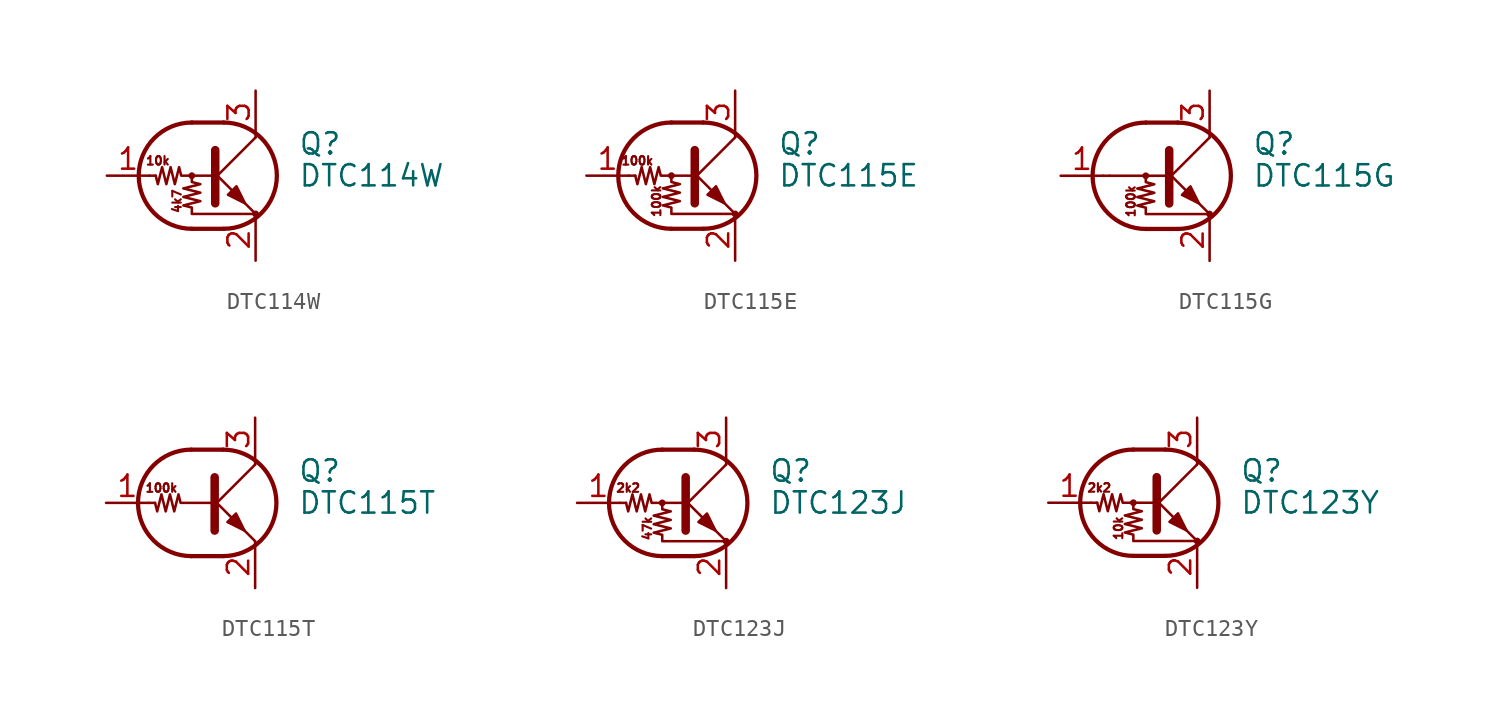
<source format=kicad_sym>
(kicad_symbol_lib
  (version 20220914)
  (generator kicad_symbol_editor)
  (symbol "DTC114W"
    (pin_names
      (offset 0) hide)
    (property "Reference" "Q"
      (at 5.08 1.905 0)
      (effects (font (size 1.27 1.27)) (justify left)))
    (property "Value" "DTC114W"
      (at 5.08 0 0)
      (effects (font (size 1.27 1.27)) (justify left)))
    (symbol "DTC114W_0_0"
      (text "10k" (at -3.302 0.889 0) (effects (font (size 0.508 0.508))))
      (text "4k7" (at -2.159 -1.524 900) (effects (font (size 0.508 0.508)))))
    (symbol "DTC114W_0_1"
      (circle (center -1.27 0) (radius 0.127) (stroke (width 0) (type solid)) (fill (type none)))
      (arc (start -1.27 3.175) (mid -4.4312 0) (end -1.27 -3.175) (stroke (width 0.254) (type solid)) (fill (type none)))
      (polyline (pts (xy -3.429 0) (xy -3.81 0)) (stroke (width 0) (type solid)) (fill (type none)))
      (polyline (pts (xy -1.27 -3.175) (xy 0.635 -3.175)) (stroke (width 0.254) (type solid)) (fill (type none)))
      (polyline (pts (xy -1.27 3.175) (xy 0.635 3.175)) (stroke (width 0.254) (type solid)) (fill (type none)))
      (polyline (pts (xy 0 -0.254) (xy 2.54 2.286)) (stroke (width 0) (type solid)) (fill (type none)))
      (polyline (pts (xy 0.127 1.524) (xy 0.127 -1.651)) (stroke (width 0.508) (type solid)) (fill (type outline)))
      (polyline (pts (xy 2.54 2.286) (xy 2.54 2.54)) (stroke (width 0) (type solid)) (fill (type none)))
      (polyline (pts (xy 2.54 -2.286) (xy 0 0.254) (xy 0 0.254)) (stroke (width 0) (type solid)) (fill (type none)))
      (polyline (pts (xy 0.889 -1.143) (xy 1.397 -0.635) (xy 1.905 -1.651) (xy 0.889 -1.143)) (stroke (width 0) (type solid)) (fill (type outline)))
      (polyline (pts (xy 0 0) (xy -1.905 0) (xy -2.032 0.508) (xy -2.286 -0.508) (xy -2.54 0.508) (xy -2.794 -0.508) (xy -3.048 0.508) (xy -3.302 -0.508) (xy -3.429 0)) (stroke (width 0) (type solid)) (fill (type none)))
      (polyline (pts (xy -1.27 0) (xy -1.27 -0.381) (xy -0.762 -0.508) (xy -1.778 -0.762) (xy -0.762 -1.016) (xy -1.778 -1.27) (xy -0.762 -1.524) (xy -1.778 -1.778) (xy -1.27 -1.905) (xy -1.27 -2.286) (xy 2.54 -2.286)) (stroke (width 0) (type solid)) (fill (type none)))
      (arc (start 0.635 -3.175) (mid 3.7962 0) (end 0.635 3.175) (stroke (width 0.254) (type solid)) (fill (type none)))
      (circle (center 2.54 -2.286) (radius 0.127) (stroke (width 0) (type solid)) (fill (type none))))
    (symbol "DTC114W_1_1"
      (pin input line (at -6.35 0 0) (length 2.54) (name "B" (effects (font (size 1.27 1.27)))) (number "1" (effects (font (size 1.27 1.27)))))
      (pin passive line (at 2.54 -5.08 90) (length 2.54) (name "E" (effects (font (size 1.27 1.27)))) (number "2" (effects (font (size 1.27 1.27)))))
      (pin passive line (at 2.54 5.08 270) (length 2.54) (name "C" (effects (font (size 1.27 1.27)))) (number "3" (effects (font (size 1.27 1.27)))))))
  (symbol "DTC115E"
    (pin_names
      (offset 0) hide)
    (property "Reference" "Q"
      (at 5.08 1.905 0)
      (effects (font (size 1.27 1.27)) (justify left)))
    (property "Value" "DTC115E"
      (at 5.08 0 0)
      (effects (font (size 1.27 1.27)) (justify left)))
    (symbol "DTC115E_0_0"
      (text "100k" (at -3.302 0.889 0) (effects (font (size 0.508 0.508))))
      (text "100k" (at -2.159 -1.524 900) (effects (font (size 0.508 0.508)))))
    (symbol "DTC115E_0_1"
      (circle (center -1.27 0) (radius 0.127) (stroke (width 0) (type solid)) (fill (type none)))
      (arc (start -1.27 3.175) (mid -4.4312 0) (end -1.27 -3.175) (stroke (width 0.254) (type solid)) (fill (type none)))
      (polyline (pts (xy -3.429 0) (xy -3.81 0)) (stroke (width 0) (type solid)) (fill (type none)))
      (polyline (pts (xy -1.27 -3.175) (xy 0.635 -3.175)) (stroke (width 0.254) (type solid)) (fill (type none)))
      (polyline (pts (xy -1.27 3.175) (xy 0.635 3.175)) (stroke (width 0.254) (type solid)) (fill (type none)))
      (polyline (pts (xy 0 -0.254) (xy 2.54 2.286)) (stroke (width 0) (type solid)) (fill (type none)))
      (polyline (pts (xy 0.127 1.524) (xy 0.127 -1.651)) (stroke (width 0.508) (type solid)) (fill (type outline)))
      (polyline (pts (xy 2.54 2.286) (xy 2.54 2.54)) (stroke (width 0) (type solid)) (fill (type none)))
      (polyline (pts (xy 2.54 -2.286) (xy 0 0.254) (xy 0 0.254)) (stroke (width 0) (type solid)) (fill (type none)))
      (polyline (pts (xy 0.889 -1.143) (xy 1.397 -0.635) (xy 1.905 -1.651) (xy 0.889 -1.143)) (stroke (width 0) (type solid)) (fill (type outline)))
      (polyline (pts (xy 0 0) (xy -1.905 0) (xy -2.032 0.508) (xy -2.286 -0.508) (xy -2.54 0.508) (xy -2.794 -0.508) (xy -3.048 0.508) (xy -3.302 -0.508) (xy -3.429 0)) (stroke (width 0) (type solid)) (fill (type none)))
      (polyline (pts (xy -1.27 0) (xy -1.27 -0.381) (xy -0.762 -0.508) (xy -1.778 -0.762) (xy -0.762 -1.016) (xy -1.778 -1.27) (xy -0.762 -1.524) (xy -1.778 -1.778) (xy -1.27 -1.905) (xy -1.27 -2.286) (xy 2.54 -2.286)) (stroke (width 0) (type solid)) (fill (type none)))
      (arc (start 0.635 -3.175) (mid 3.7962 0) (end 0.635 3.175) (stroke (width 0.254) (type solid)) (fill (type none)))
      (circle (center 2.54 -2.286) (radius 0.127) (stroke (width 0) (type solid)) (fill (type none))))
    (symbol "DTC115E_1_1"
      (pin input line (at -6.35 0 0) (length 2.54) (name "B" (effects (font (size 1.27 1.27)))) (number "1" (effects (font (size 1.27 1.27)))))
      (pin passive line (at 2.54 -5.08 90) (length 2.54) (name "E" (effects (font (size 1.27 1.27)))) (number "2" (effects (font (size 1.27 1.27)))))
      (pin passive line (at 2.54 5.08 270) (length 2.54) (name "C" (effects (font (size 1.27 1.27)))) (number "3" (effects (font (size 1.27 1.27)))))))
  (symbol "DTC115G"
    (pin_names
      (offset 0) hide)
    (property "Reference" "Q"
      (at 5.08 1.905 0)
      (effects (font (size 1.27 1.27)) (justify left)))
    (property "Value" "DTC115G"
      (at 5.08 0 0)
      (effects (font (size 1.27 1.27)) (justify left)))
    (symbol "DTC115G_0_0"
      (polyline (pts (xy -3.429 0) (xy 0 0)) (stroke (width 0) (type solid)) (fill (type none)))
      (text "100k" (at -2.159 -1.524 900) (effects (font (size 0.508 0.508)))))
    (symbol "DTC115G_0_1"
      (circle (center -1.27 0) (radius 0.127) (stroke (width 0) (type solid)) (fill (type none)))
      (arc (start -1.27 3.175) (mid -4.4312 0) (end -1.27 -3.175) (stroke (width 0.254) (type solid)) (fill (type none)))
      (polyline (pts (xy -3.429 0) (xy -3.81 0)) (stroke (width 0) (type solid)) (fill (type none)))
      (polyline (pts (xy -1.27 -3.175) (xy 0.635 -3.175)) (stroke (width 0.254) (type solid)) (fill (type none)))
      (polyline (pts (xy -1.27 3.175) (xy 0.635 3.175)) (stroke (width 0.254) (type solid)) (fill (type none)))
      (polyline (pts (xy 0 -0.254) (xy 2.54 2.286)) (stroke (width 0) (type solid)) (fill (type none)))
      (polyline (pts (xy 0.127 1.524) (xy 0.127 -1.651)) (stroke (width 0.508) (type solid)) (fill (type outline)))
      (polyline (pts (xy 2.54 2.286) (xy 2.54 2.54)) (stroke (width 0) (type solid)) (fill (type none)))
      (polyline (pts (xy 2.54 -2.286) (xy 0 0.254) (xy 0 0.254)) (stroke (width 0) (type solid)) (fill (type none)))
      (polyline (pts (xy 0.889 -1.143) (xy 1.397 -0.635) (xy 1.905 -1.651) (xy 0.889 -1.143)) (stroke (width 0) (type solid)) (fill (type outline)))
      (polyline (pts (xy -1.27 0) (xy -1.27 -0.381) (xy -0.762 -0.508) (xy -1.778 -0.762) (xy -0.762 -1.016) (xy -1.778 -1.27) (xy -0.762 -1.524) (xy -1.778 -1.778) (xy -1.27 -1.905) (xy -1.27 -2.286) (xy 2.54 -2.286)) (stroke (width 0) (type solid)) (fill (type none)))
      (arc (start 0.635 -3.175) (mid 3.7962 0) (end 0.635 3.175) (stroke (width 0.254) (type solid)) (fill (type none)))
      (circle (center 2.54 -2.286) (radius 0.127) (stroke (width 0) (type solid)) (fill (type none))))
    (symbol "DTC115G_1_1"
      (pin input line (at -6.35 0 0) (length 2.54) (name "B" (effects (font (size 1.27 1.27)))) (number "1" (effects (font (size 1.27 1.27)))))
      (pin passive line (at 2.54 -5.08 90) (length 2.54) (name "E" (effects (font (size 1.27 1.27)))) (number "2" (effects (font (size 1.27 1.27)))))
      (pin passive line (at 2.54 5.08 270) (length 2.54) (name "C" (effects (font (size 1.27 1.27)))) (number "3" (effects (font (size 1.27 1.27)))))))
  (symbol "DTC115T"
    (pin_names
      (offset 0) hide)
    (property "Reference" "Q"
      (at 5.08 1.905 0)
      (effects (font (size 1.27 1.27)) (justify left)))
    (property "Value" "DTC115T"
      (at 5.08 0 0)
      (effects (font (size 1.27 1.27)) (justify left)))
    (symbol "DTC115T_0_0"
      (polyline (pts (xy 2.54 -2.286) (xy 2.54 -2.54)) (stroke (width 0) (type solid)) (fill (type none)))
      (text "100k" (at -3.048 0.889 0) (effects (font (size 0.508 0.508)))))
    (symbol "DTC115T_0_1"
      (arc (start -1.27 3.175) (mid -4.4312 0) (end -1.27 -3.175) (stroke (width 0.254) (type solid)) (fill (type none)))
      (polyline (pts (xy -3.429 0) (xy -3.81 0)) (stroke (width 0) (type solid)) (fill (type none)))
      (polyline (pts (xy -1.27 -3.175) (xy 0.635 -3.175)) (stroke (width 0.254) (type solid)) (fill (type none)))
      (polyline (pts (xy -1.27 3.175) (xy 0.635 3.175)) (stroke (width 0.254) (type solid)) (fill (type none)))
      (polyline (pts (xy 0 -0.254) (xy 2.54 2.286)) (stroke (width 0) (type solid)) (fill (type none)))
      (polyline (pts (xy 0.127 1.524) (xy 0.127 -1.651)) (stroke (width 0.508) (type solid)) (fill (type outline)))
      (polyline (pts (xy 2.54 2.286) (xy 2.54 2.54)) (stroke (width 0) (type solid)) (fill (type none)))
      (polyline (pts (xy 2.54 -2.286) (xy 0 0.254) (xy 0 0.254)) (stroke (width 0) (type solid)) (fill (type none)))
      (polyline (pts (xy 0.889 -1.143) (xy 1.397 -0.635) (xy 1.905 -1.651) (xy 0.889 -1.143)) (stroke (width 0) (type solid)) (fill (type outline)))
      (polyline (pts (xy 0 0) (xy -1.905 0) (xy -2.032 0.508) (xy -2.286 -0.508) (xy -2.54 0.508) (xy -2.794 -0.508) (xy -3.048 0.508) (xy -3.302 -0.508) (xy -3.429 0)) (stroke (width 0) (type solid)) (fill (type none)))
      (arc (start 0.635 -3.175) (mid 3.7962 0) (end 0.635 3.175) (stroke (width 0.254) (type solid)) (fill (type none))))
    (symbol "DTC115T_1_1"
      (pin input line (at -6.35 0 0) (length 2.54) (name "B" (effects (font (size 1.27 1.27)))) (number "1" (effects (font (size 1.27 1.27)))))
      (pin passive line (at 2.54 -5.08 90) (length 2.54) (name "E" (effects (font (size 1.27 1.27)))) (number "2" (effects (font (size 1.27 1.27)))))
      (pin passive line (at 2.54 5.08 270) (length 2.54) (name "C" (effects (font (size 1.27 1.27)))) (number "3" (effects (font (size 1.27 1.27)))))))
  (symbol "DTC123J"
    (pin_names
      (offset 0) hide)
    (property "Reference" "Q"
      (at 5.08 1.905 0)
      (effects (font (size 1.27 1.27)) (justify left)))
    (property "Value" "DTC123J"
      (at 5.08 0 0)
      (effects (font (size 1.27 1.27)) (justify left)))
    (symbol "DTC123J_0_0"
      (text "2k2" (at -3.302 0.889 0) (effects (font (size 0.508 0.508))))
      (text "47k" (at -2.159 -1.524 900) (effects (font (size 0.508 0.508)))))
    (symbol "DTC123J_0_1"
      (circle (center -1.27 0) (radius 0.127) (stroke (width 0) (type solid)) (fill (type none)))
      (arc (start -1.27 3.175) (mid -4.4312 0) (end -1.27 -3.175) (stroke (width 0.254) (type solid)) (fill (type none)))
      (polyline (pts (xy -3.429 0) (xy -3.81 0)) (stroke (width 0) (type solid)) (fill (type none)))
      (polyline (pts (xy -1.27 -3.175) (xy 0.635 -3.175)) (stroke (width 0.254) (type solid)) (fill (type none)))
      (polyline (pts (xy -1.27 3.175) (xy 0.635 3.175)) (stroke (width 0.254) (type solid)) (fill (type none)))
      (polyline (pts (xy 0 -0.254) (xy 2.54 2.286)) (stroke (width 0) (type solid)) (fill (type none)))
      (polyline (pts (xy 0.127 1.524) (xy 0.127 -1.651)) (stroke (width 0.508) (type solid)) (fill (type outline)))
      (polyline (pts (xy 2.54 2.286) (xy 2.54 2.54)) (stroke (width 0) (type solid)) (fill (type none)))
      (polyline (pts (xy 2.54 -2.286) (xy 0 0.254) (xy 0 0.254)) (stroke (width 0) (type solid)) (fill (type none)))
      (polyline (pts (xy 0.889 -1.143) (xy 1.397 -0.635) (xy 1.905 -1.651) (xy 0.889 -1.143)) (stroke (width 0) (type solid)) (fill (type outline)))
      (polyline (pts (xy 0 0) (xy -1.905 0) (xy -2.032 0.508) (xy -2.286 -0.508) (xy -2.54 0.508) (xy -2.794 -0.508) (xy -3.048 0.508) (xy -3.302 -0.508) (xy -3.429 0)) (stroke (width 0) (type solid)) (fill (type none)))
      (polyline (pts (xy -1.27 0) (xy -1.27 -0.381) (xy -0.762 -0.508) (xy -1.778 -0.762) (xy -0.762 -1.016) (xy -1.778 -1.27) (xy -0.762 -1.524) (xy -1.778 -1.778) (xy -1.27 -1.905) (xy -1.27 -2.286) (xy 2.54 -2.286)) (stroke (width 0) (type solid)) (fill (type none)))
      (arc (start 0.635 -3.175) (mid 3.7962 0) (end 0.635 3.175) (stroke (width 0.254) (type solid)) (fill (type none)))
      (circle (center 2.54 -2.286) (radius 0.127) (stroke (width 0) (type solid)) (fill (type none))))
    (symbol "DTC123J_1_1"
      (pin input line (at -6.35 0 0) (length 2.54) (name "B" (effects (font (size 1.27 1.27)))) (number "1" (effects (font (size 1.27 1.27)))))
      (pin passive line (at 2.54 -5.08 90) (length 2.54) (name "E" (effects (font (size 1.27 1.27)))) (number "2" (effects (font (size 1.27 1.27)))))
      (pin passive line (at 2.54 5.08 270) (length 2.54) (name "C" (effects (font (size 1.27 1.27)))) (number "3" (effects (font (size 1.27 1.27)))))))
  (symbol "DTC123Y"
    (pin_names
      (offset 0) hide)
    (property "Reference" "Q"
      (at 5.08 1.905 0)
      (effects (font (size 1.27 1.27)) (justify left)))
    (property "Value" "DTC123Y"
      (at 5.08 0 0)
      (effects (font (size 1.27 1.27)) (justify left)))
    (symbol "DTC123Y_0_0"
      (text "10k" (at -2.159 -1.524 900) (effects (font (size 0.508 0.508))))
      (text "2k2" (at -3.302 0.889 0) (effects (font (size 0.508 0.508)))))
    (symbol "DTC123Y_0_1"
      (circle (center -1.27 0) (radius 0.127) (stroke (width 0) (type solid)) (fill (type none)))
      (arc (start -1.27 3.175) (mid -4.4312 0) (end -1.27 -3.175) (stroke (width 0.254) (type solid)) (fill (type none)))
      (polyline (pts (xy -3.429 0) (xy -3.81 0)) (stroke (width 0) (type solid)) (fill (type none)))
      (polyline (pts (xy -1.27 -3.175) (xy 0.635 -3.175)) (stroke (width 0.254) (type solid)) (fill (type none)))
      (polyline (pts (xy -1.27 3.175) (xy 0.635 3.175)) (stroke (width 0.254) (type solid)) (fill (type none)))
      (polyline (pts (xy 0 -0.254) (xy 2.54 2.286)) (stroke (width 0) (type solid)) (fill (type none)))
      (polyline (pts (xy 0.127 1.524) (xy 0.127 -1.651)) (stroke (width 0.508) (type solid)) (fill (type outline)))
      (polyline (pts (xy 2.54 2.286) (xy 2.54 2.54)) (stroke (width 0) (type solid)) (fill (type none)))
      (polyline (pts (xy 2.54 -2.286) (xy 0 0.254) (xy 0 0.254)) (stroke (width 0) (type solid)) (fill (type none)))
      (polyline (pts (xy 0.889 -1.143) (xy 1.397 -0.635) (xy 1.905 -1.651) (xy 0.889 -1.143)) (stroke (width 0) (type solid)) (fill (type outline)))
      (polyline (pts (xy 0 0) (xy -1.905 0) (xy -2.032 0.508) (xy -2.286 -0.508) (xy -2.54 0.508) (xy -2.794 -0.508) (xy -3.048 0.508) (xy -3.302 -0.508) (xy -3.429 0)) (stroke (width 0) (type solid)) (fill (type none)))
      (polyline (pts (xy -1.27 0) (xy -1.27 -0.381) (xy -0.762 -0.508) (xy -1.778 -0.762) (xy -0.762 -1.016) (xy -1.778 -1.27) (xy -0.762 -1.524) (xy -1.778 -1.778) (xy -1.27 -1.905) (xy -1.27 -2.286) (xy 2.54 -2.286)) (stroke (width 0) (type solid)) (fill (type none)))
      (arc (start 0.635 -3.175) (mid 3.7962 0) (end 0.635 3.175) (stroke (width 0.254) (type solid)) (fill (type none)))
      (circle (center 2.54 -2.286) (radius 0.127) (stroke (width 0) (type solid)) (fill (type none))))
    (symbol "DTC123Y_1_1"
      (pin input line (at -6.35 0 0) (length 2.54) (name "B" (effects (font (size 1.27 1.27)))) (number "1" (effects (font (size 1.27 1.27)))))
      (pin passive line (at 2.54 -5.08 90) (length 2.54) (name "E" (effects (font (size 1.27 1.27)))) (number "2" (effects (font (size 1.27 1.27)))))
      (pin passive line (at 2.54 5.08 270) (length 2.54) (name "C" (effects (font (size 1.27 1.27)))) (number "3" (effects (font (size 1.27 1.27))))))))
</source>
